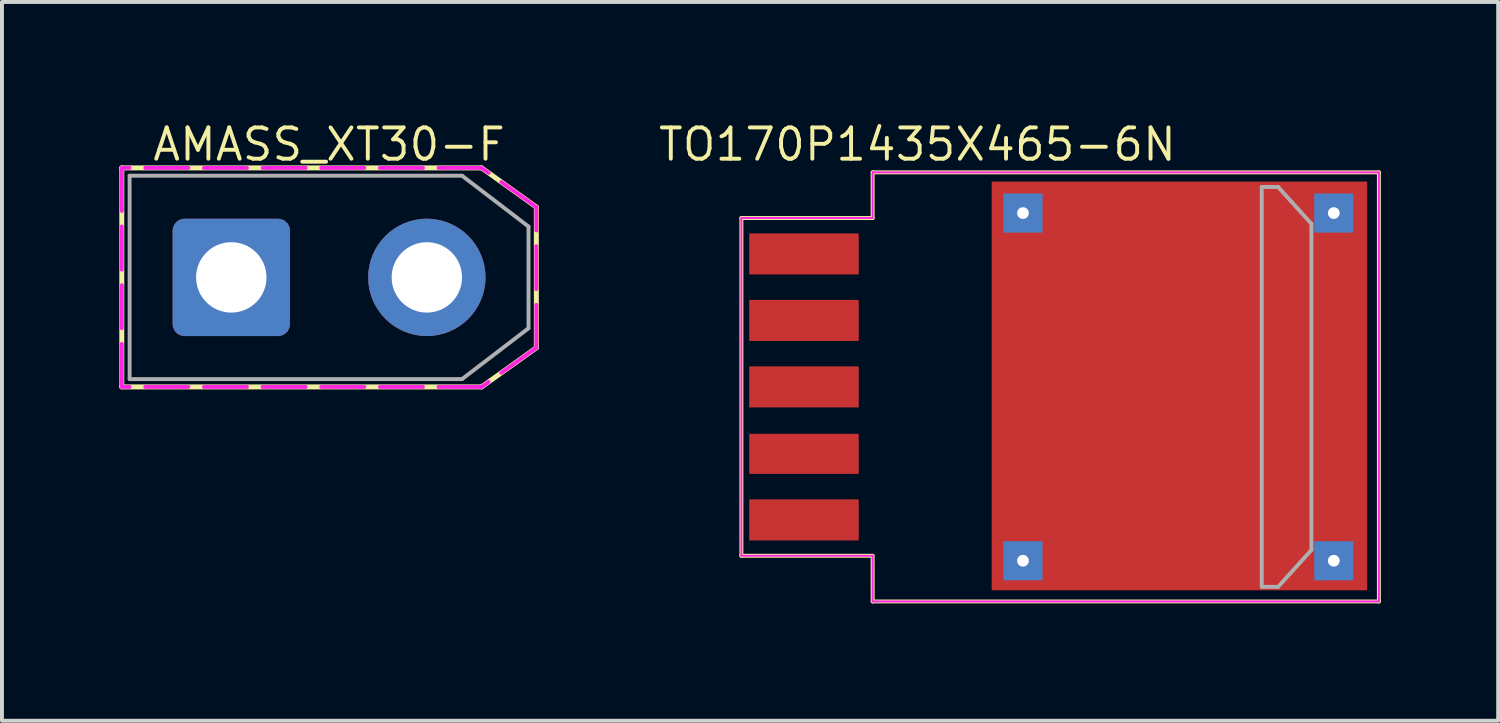
<source format=kicad_pcb>
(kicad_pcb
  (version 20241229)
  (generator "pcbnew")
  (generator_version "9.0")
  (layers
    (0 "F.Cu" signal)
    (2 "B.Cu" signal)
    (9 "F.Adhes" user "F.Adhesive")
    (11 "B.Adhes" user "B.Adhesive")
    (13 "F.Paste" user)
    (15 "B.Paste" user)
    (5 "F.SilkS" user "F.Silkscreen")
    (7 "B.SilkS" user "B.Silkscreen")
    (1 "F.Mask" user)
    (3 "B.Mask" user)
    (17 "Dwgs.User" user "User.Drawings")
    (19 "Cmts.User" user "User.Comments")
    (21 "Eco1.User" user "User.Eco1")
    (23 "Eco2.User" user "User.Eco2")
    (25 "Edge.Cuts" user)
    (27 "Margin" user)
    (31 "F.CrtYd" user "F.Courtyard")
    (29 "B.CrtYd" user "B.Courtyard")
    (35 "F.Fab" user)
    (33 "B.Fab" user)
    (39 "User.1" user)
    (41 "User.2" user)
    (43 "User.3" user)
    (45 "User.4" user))
  (footprint "TO170P1435X465-6N"
    (layer "F.Cu")
    (at 23.707 6.843)
    (property "Reference" "TO170P1435X465-6N" (at -3.3 -6.2 0) (layer "F.SilkS") (effects (font (size 0.8 0.8) (thickness 0.1))))
    (attr smd)
    (fp_line (start -7.8 4.318) (end -7.8 -4.318) (stroke (width 0.1) (type default)) (layer "F.SilkS"))
    (fp_line (start -4.445 -5.486) (end -4.445 -4.318) (stroke (width 0.1) (type solid)) (layer "F.SilkS"))
    (fp_line (start -4.445 -4.318) (end -7.8 -4.318) (stroke (width 0.1) (type default)) (layer "F.SilkS"))
    (fp_line (start -4.445 4.318) (end -7.8 4.318) (stroke (width 0.1) (type default)) (layer "F.SilkS"))
    (fp_line (start -4.445 4.318) (end -4.444 5.486) (stroke (width 0.1) (type solid)) (layer "F.SilkS"))
    (fp_line (start 8.5 -5.486) (end -4.445 -5.486) (stroke (width 0.1) (type solid)) (layer "F.SilkS"))
    (fp_line (start 8.5 5.486) (end -4.444 5.486) (stroke (width 0.1) (type solid)) (layer "F.SilkS"))
    (fp_line (start 8.5 5.486) (end 8.5 -5.486) (stroke (width 0.1) (type solid)) (layer "F.SilkS"))
    (fp_line (start -7.8 -4.318) (end -7.8 4.318) (stroke (width 0.05) (type default)) (layer "F.CrtYd"))
    (fp_line (start -4.445 -5.486) (end -4.445 -4.318) (stroke (width 0.05) (type default)) (layer "F.CrtYd"))
    (fp_line (start -4.445 -5.486) (end 8.5 -5.486) (stroke (width 0.05) (type default)) (layer "F.CrtYd"))
    (fp_line (start -4.445 -4.318) (end -7.8 -4.318) (stroke (width 0.05) (type default)) (layer "F.CrtYd"))
    (fp_line (start -4.445 4.318) (end -7.8 4.318) (stroke (width 0.05) (type default)) (layer "F.CrtYd"))
    (fp_line (start -4.444 4.318) (end -4.444 5.486) (stroke (width 0.05) (type default)) (layer "F.CrtYd"))
    (fp_line (start -4.444 5.486) (end 8.5 5.486) (stroke (width 0.05) (type default)) (layer "F.CrtYd"))
    (fp_line (start 8.5 -5.486) (end 8.5 5.486) (stroke (width 0.05) (type default)) (layer "F.CrtYd"))
    (fp_line (start 5.505 5.112) (end 5.505 -5.112) (stroke (width 0.1) (type solid)) (layer "F.Fab"))
    (fp_line (start 5.505 5.112) (end 5.924 5.112) (stroke (width 0.1) (type solid)) (layer "F.Fab"))
    (fp_line (start 5.924 -5.112) (end 5.505 -5.112) (stroke (width 0.1) (type solid)) (layer "F.Fab"))
    (fp_line (start 5.924 5.112) (end 6.775 4.17) (stroke (width 0.1) (type solid)) (layer "F.Fab"))
    (fp_line (start 6.775 -4.17) (end 5.924 -5.112) (stroke (width 0.1) (type solid)) (layer "F.Fab"))
    (fp_line (start 6.775 4.17) (end 6.775 -4.17) (stroke (width 0.1) (type solid)) (layer "F.Fab"))
    (pad "1" smd rect (at -6.2 -3.4 90) (size 1.05 2.8) (layers "F.Cu" "F.Mask" "F.Paste"))
    (pad "2" smd rect (at -6.2 -1.7 90) (size 1.05 2.8) (layers "F.Cu" "F.Mask" "F.Paste"))
    (pad "3" smd rect (at -6.2 0 90) (size 1.05 2.8) (layers "F.Cu" "F.Mask" "F.Paste"))
    (pad "4" smd rect (at -6.2 1.712 90) (size 1.025 2.8) (layers "F.Cu" "F.Mask" "F.Paste"))
    (pad "5" smd rect (at -6.2 3.4 90) (size 1.05 2.8) (layers "F.Cu" "F.Mask" "F.Paste"))
    (pad "6" thru_hole rect (at -0.6 -4.445) (size 1 1) (drill 0.3) (layers "*.Cu" "*.Mask"))
    (pad "6" thru_hole rect (at -0.6 4.445) (size 1 1) (drill 0.3) (layers "*.Cu" "*.Mask"))
    (pad "6" smd rect (at 3.4 -0.025 90) (size 10.45 9.6) (layers "F.Cu" "F.Mask" "F.Paste"))
    (pad "6" thru_hole rect (at 7.347 -4.445) (size 1 1) (drill 0.3) (layers "*.Cu" "*.Mask"))
    (pad "6" thru_hole rect (at 7.347 4.445) (size 1 1) (drill 0.3) (layers "*.Cu" "*.Mask")))
  (footprint "AMASS_XT30-F"
    (layer "F.Cu")
    (at 5.364 4.043)
    (property "Reference" "AMASS_XT30-F" (at 0 -3.4 180) (layer "F.SilkS") (effects (font (size 0.8 0.8) (thickness 0.1))))
    (attr through_hole)
    (fp_line (start -5.3 2.8) (end -5.3 -2.8) (stroke (width 0.127) (type solid)) (layer "F.SilkS"))
    (fp_line (start 3.9 -2.8) (end -5.3 -2.8) (stroke (width 0.127) (type solid)) (layer "F.SilkS"))
    (fp_line (start 3.9 2.8) (end -5.3 2.8) (stroke (width 0.127) (type solid)) (layer "F.SilkS"))
    (fp_line (start 5.3 -1.8) (end 3.9 -2.8) (stroke (width 0.127) (type solid)) (layer "F.SilkS"))
    (fp_line (start 5.3 1.8) (end 3.9 2.8) (stroke (width 0.127) (type solid)) (layer "F.SilkS"))
    (fp_line (start 5.3 1.8) (end 5.3 -1.8) (stroke (width 0.127) (type solid)) (layer "F.SilkS"))
    (fp_line (start -5.3 2.8) (end -5.3 -2.8) (stroke (width 0.1) (type dash)) (layer "F.CrtYd"))
    (fp_line (start 3.9 -2.8) (end -5.3 -2.8) (stroke (width 0.1) (type dash)) (layer "F.CrtYd"))
    (fp_line (start 3.9 2.8) (end -5.3 2.8) (stroke (width 0.1) (type dash)) (layer "F.CrtYd"))
    (fp_line (start 5.3 -1.8) (end 3.9 -2.8) (stroke (width 0.1) (type dash)) (layer "F.CrtYd"))
    (fp_line (start 5.3 1.8) (end 3.9 2.8) (stroke (width 0.1) (type dash)) (layer "F.CrtYd"))
    (fp_line (start 5.3 1.8) (end 5.3 -1.8) (stroke (width 0.1) (type dash)) (layer "F.CrtYd"))
    (fp_line (start -5.1 2.6) (end -5.1 -2.6) (stroke (width 0.1) (type solid)) (layer "F.Fab"))
    (fp_line (start 3.4 -2.6) (end -5.1 -2.6) (stroke (width 0.1) (type solid)) (layer "F.Fab"))
    (fp_line (start 3.4 2.6) (end -5.1 2.6) (stroke (width 0.1) (type solid)) (layer "F.Fab"))
    (fp_line (start 5.1 -1.3) (end 3.4 -2.6) (stroke (width 0.1) (type solid)) (layer "F.Fab"))
    (fp_line (start 5.1 1.3) (end 3.4 2.6) (stroke (width 0.1) (type solid)) (layer "F.Fab"))
    (fp_line (start 5.1 1.3) (end 5.1 -1.3) (stroke (width 0.1) (type solid)) (layer "F.Fab"))
    (pad "1" thru_hole circle (at 2.5 0 180) (size 3 3) (drill 1.8) (layers "*.Cu" "*.Mask"))
    (pad "2" thru_hole roundrect (at -2.5 0 180) (size 3 3) (drill 1.8) (layers "*.Cu" "*.Mask") (roundrect_rratio 0.1)))
  (gr_rect
    (start -3 -3)
    (end 35.257 15.38)
    (stroke (width 0.1) (type default))
    (fill no)
    (layer "Edge.Cuts")))
</source>
